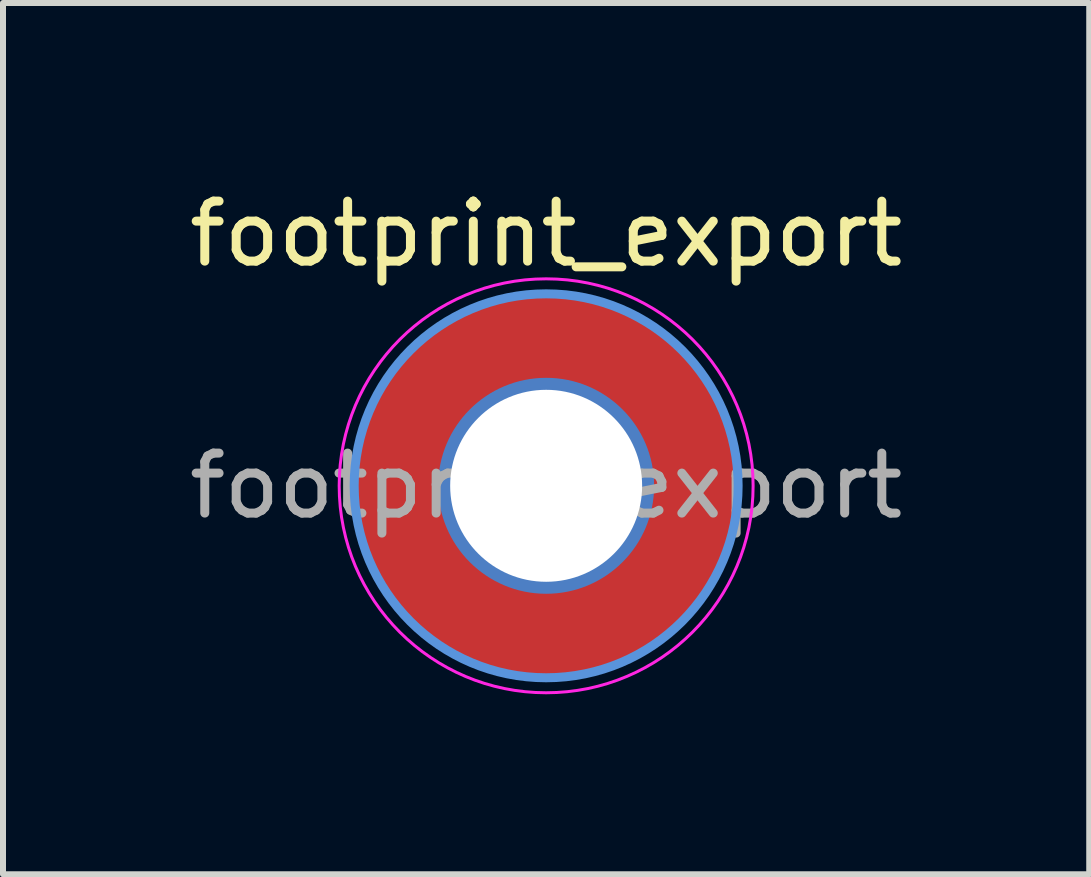
<source format=kicad_pcb>
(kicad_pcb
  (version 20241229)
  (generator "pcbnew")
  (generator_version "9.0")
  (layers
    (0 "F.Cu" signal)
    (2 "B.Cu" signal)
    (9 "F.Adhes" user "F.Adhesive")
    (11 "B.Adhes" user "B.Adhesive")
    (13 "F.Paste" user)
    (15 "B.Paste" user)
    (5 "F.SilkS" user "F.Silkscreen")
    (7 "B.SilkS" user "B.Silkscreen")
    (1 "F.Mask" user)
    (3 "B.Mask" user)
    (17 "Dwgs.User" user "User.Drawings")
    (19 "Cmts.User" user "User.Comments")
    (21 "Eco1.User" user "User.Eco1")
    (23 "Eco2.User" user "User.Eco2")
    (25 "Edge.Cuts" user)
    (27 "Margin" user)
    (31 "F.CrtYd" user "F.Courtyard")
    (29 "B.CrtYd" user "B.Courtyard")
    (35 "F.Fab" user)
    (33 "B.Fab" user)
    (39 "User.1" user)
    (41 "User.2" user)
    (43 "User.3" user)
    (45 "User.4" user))
  (footprint "footprint_export"
    (layer "F.Cu")
    (at 6.054 5.048)
    (property "Reference" "footprint_export" (at 0 -4.2 0) (layer "F.SilkS") (effects (font (size 1 1) (thickness 0.15))))
    (attr exclude_from_pos_files exclude_from_bom)
    (fp_circle (center 0 0) (end 3.2 0) (stroke (width 0.15) (type solid)) (fill no) (layer "Cmts.User"))
    (fp_circle (center 0 0) (end 3.45 0) (stroke (width 0.05) (type solid)) (fill no) (layer "F.CrtYd"))
    (fp_text user "${REFERENCE}" (at 0 0 0) (layer "F.Fab") (effects (font (size 1 1) (thickness 0.15))))
    (pad "1" thru_hole circle (at 0 0) (size 3.6 3.6) (drill 3.2) (layers "*.Cu" "*.Mask"))
    (pad "1" connect circle (at 0 0) (size 6.4 6.4) (layers "F.Cu" "F.Mask")))
  (gr_rect
    (start -3 -3)
    (end 15.107 11.523)
    (stroke (width 0.1) (type default))
    (fill no)
    (layer "Edge.Cuts")))
</source>
